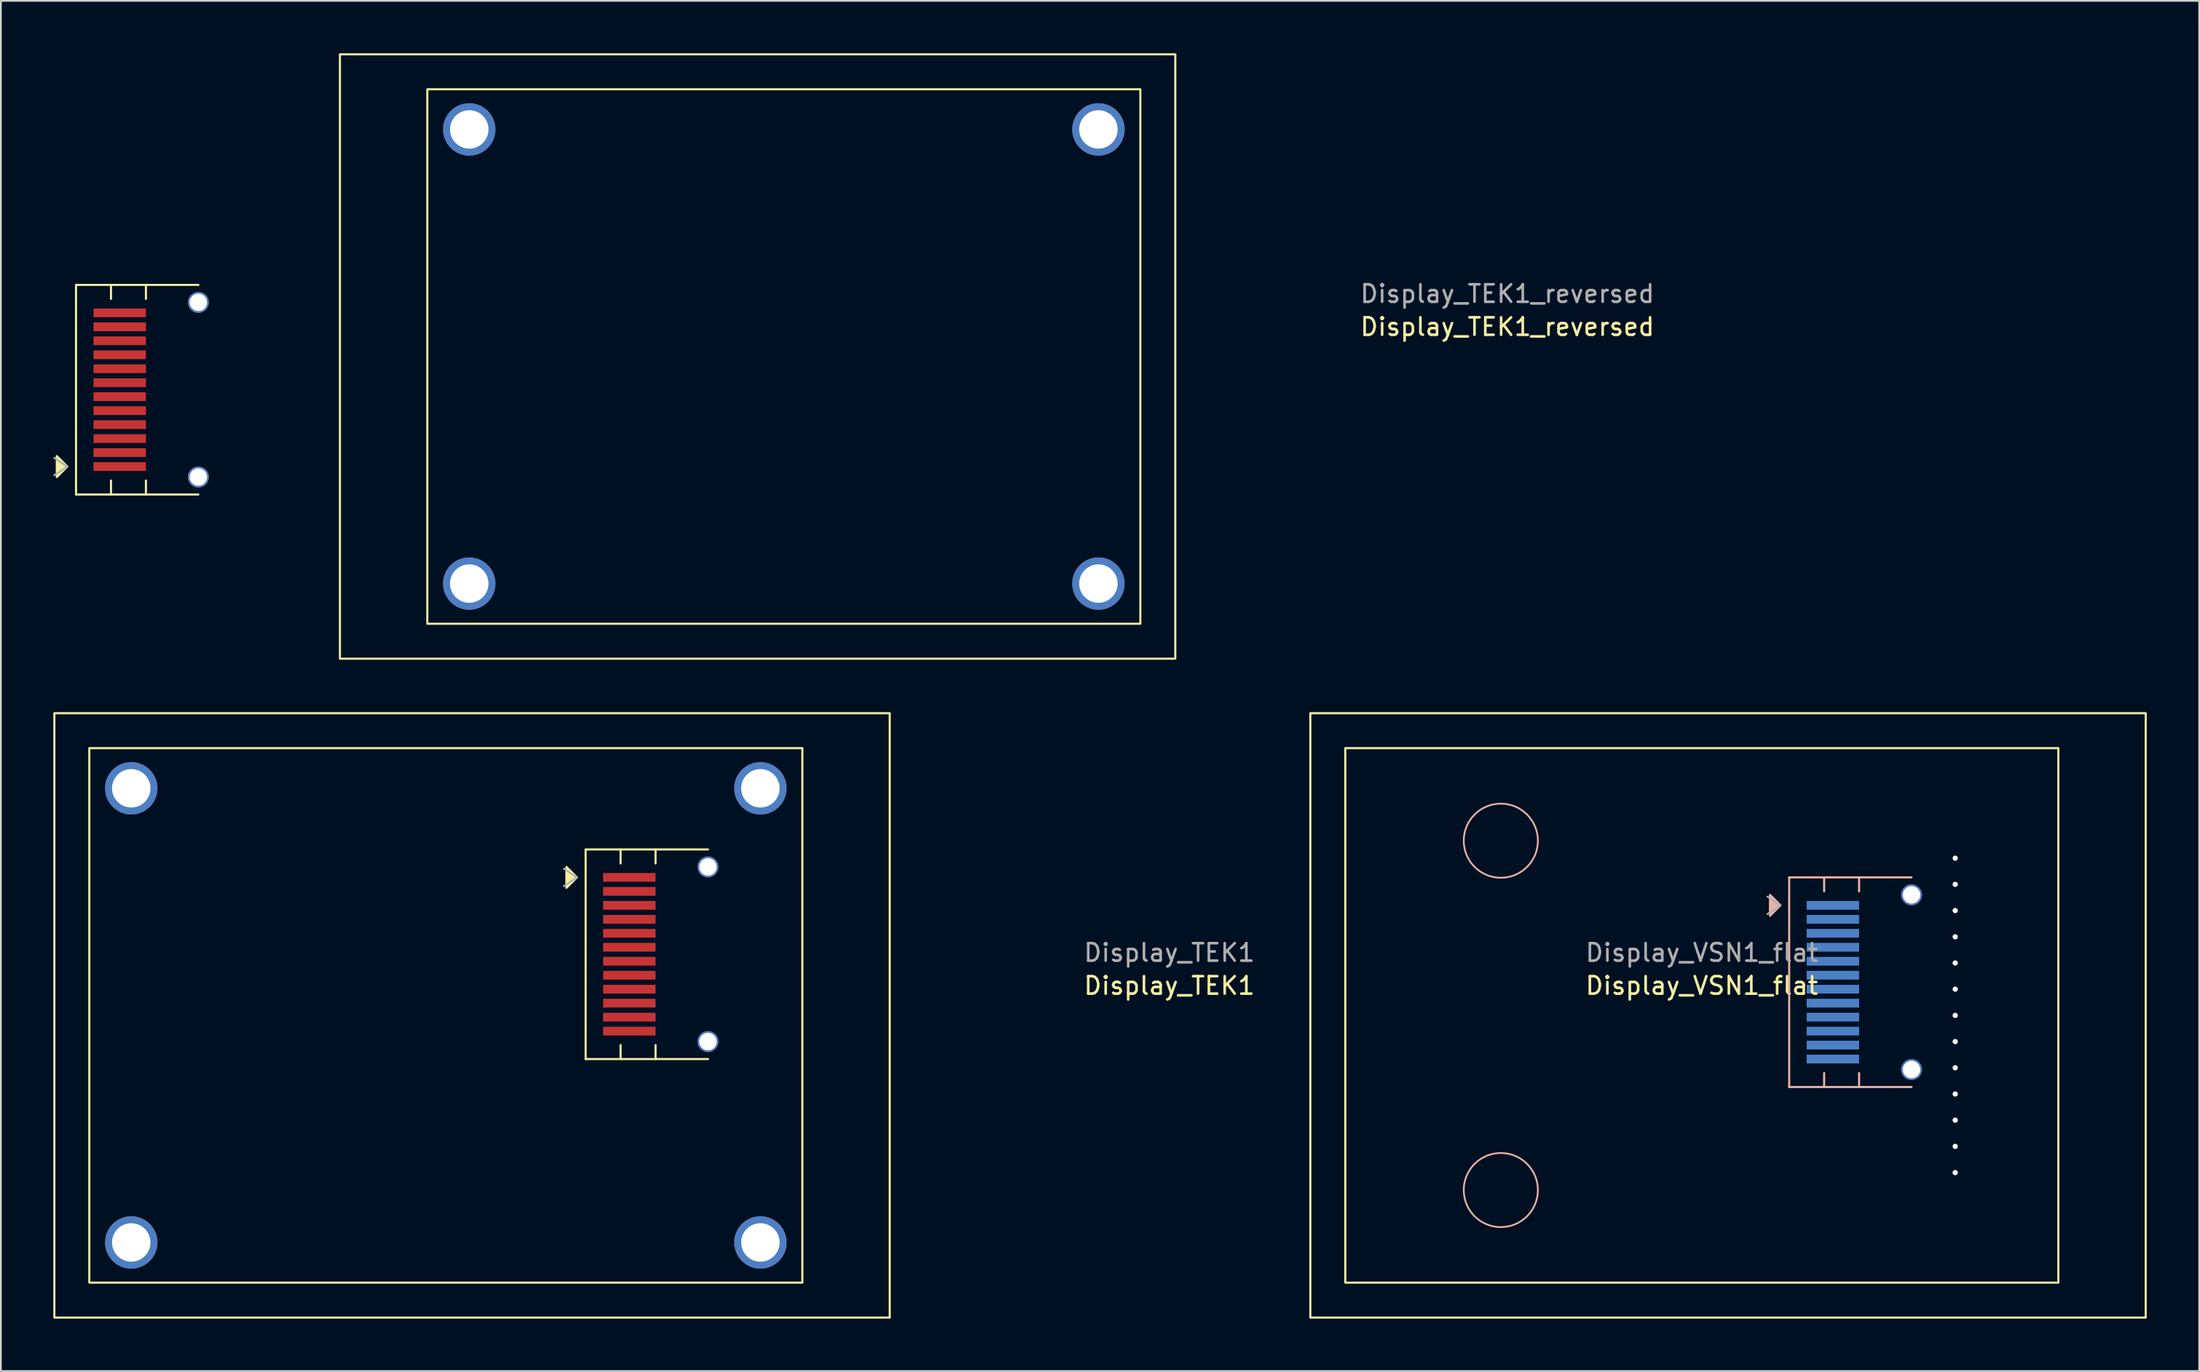
<source format=kicad_pcb>
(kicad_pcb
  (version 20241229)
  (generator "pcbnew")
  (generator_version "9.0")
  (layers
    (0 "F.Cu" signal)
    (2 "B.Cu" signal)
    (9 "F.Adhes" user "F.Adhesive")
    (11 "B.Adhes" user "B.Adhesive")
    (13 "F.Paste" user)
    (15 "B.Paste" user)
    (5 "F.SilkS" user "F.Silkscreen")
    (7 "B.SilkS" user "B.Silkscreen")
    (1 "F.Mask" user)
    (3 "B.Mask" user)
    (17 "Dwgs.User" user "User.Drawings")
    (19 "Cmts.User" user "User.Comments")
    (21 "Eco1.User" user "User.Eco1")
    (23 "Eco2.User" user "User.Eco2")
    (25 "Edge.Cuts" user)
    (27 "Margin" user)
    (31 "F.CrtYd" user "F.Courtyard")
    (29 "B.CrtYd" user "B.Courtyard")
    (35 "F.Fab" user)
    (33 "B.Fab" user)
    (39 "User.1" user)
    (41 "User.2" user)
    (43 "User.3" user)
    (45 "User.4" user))
  (footprint "Display_TEK1"
    (layer "F.Cu")
    (at 22.46 55.08)
    (property "Reference" "Display_TEK1" (at 41.4 -1.7 0) (layer "F.SilkS") (effects (font (size 1 1) (thickness 0.15))))
    (fp_line (start 8 -9.5) (end 15 -9.5) (stroke (width 0.12) (type default)) (layer "F.SilkS"))
    (fp_line (start 8 2.5) (end 8 -9.5) (stroke (width 0.12) (type default)) (layer "F.SilkS"))
    (fp_line (start 10 -9.5) (end 10 -8.7) (stroke (width 0.12) (type default)) (layer "F.SilkS"))
    (fp_line (start 10 2.5) (end 10 1.7) (stroke (width 0.12) (type default)) (layer "F.SilkS"))
    (fp_line (start 12 -9.5) (end 12 -8.7) (stroke (width 0.12) (type default)) (layer "F.SilkS"))
    (fp_line (start 12 2.5) (end 12 1.7) (stroke (width 0.12) (type default)) (layer "F.SilkS"))
    (fp_line (start 15 2.5) (end 8 2.5) (stroke (width 0.12) (type default)) (layer "F.SilkS"))
    (fp_rect (start -22.4 -17.3) (end 25.4 17.3) (stroke (width 0.12) (type default)) (fill no) (layer "F.SilkS"))
    (fp_rect (start -20.4 -15.3) (end 20.4 15.3) (stroke (width 0.12) (type default)) (fill no) (layer "F.SilkS"))
    (fp_poly (pts (xy 7.5 -7.9) (xy 6.9 -8.5) (xy 6.9 -7.3)) (stroke (width 0.12) (type solid)) (fill yes) (layer "F.SilkS"))
    (fp_line (start 6.75 -7.4) (end 7.5 -7.9) (stroke (width 0.1) (type solid)) (layer "F.Fab"))
    (fp_line (start 7.5 -7.9) (end 6.75 -8.4) (stroke (width 0.1) (type solid)) (layer "F.Fab"))
    (fp_text user "${REFERENCE}" (at 41.4 -3.59 0) (layer "F.Fab") (effects (font (size 1 1) (thickness 0.15))))
    (pad "" thru_hole circle (at -18 -13) (size 3 3) (drill 2.2) (layers "*.Cu" "*.Mask"))
    (pad "" thru_hole circle (at -18 13) (size 3 3) (drill 2.2) (layers "*.Cu" "*.Mask"))
    (pad "" thru_hole circle (at 15 -8.5) (size 1.2 1.2) (drill 1) (layers "*.Cu" "*.Mask"))
    (pad "" thru_hole circle (at 15 1.5) (size 1.2 1.2) (drill 1) (layers "*.Cu" "*.Mask"))
    (pad "" thru_hole circle (at 18 -13) (size 3 3) (drill 2.2) (layers "*.Cu" "*.Mask"))
    (pad "" thru_hole circle (at 18 13) (size 3 3) (drill 2.2) (layers "*.Cu" "*.Mask"))
    (pad "1" smd rect (at 10.5 -7.9 270) (size 0.5 3) (layers "F.Cu" "F.Mask" "F.Paste"))
    (pad "2" smd rect (at 10.5 -7.1 270) (size 0.5 3) (layers "F.Cu" "F.Mask" "F.Paste"))
    (pad "3" smd rect (at 10.5 -6.3 270) (size 0.5 3) (layers "F.Cu" "F.Mask" "F.Paste"))
    (pad "4" smd rect (at 10.5 -5.5 270) (size 0.5 3) (layers "F.Cu" "F.Mask" "F.Paste"))
    (pad "5" smd rect (at 10.5 -4.7 270) (size 0.5 3) (layers "F.Cu" "F.Mask" "F.Paste"))
    (pad "6" smd rect (at 10.5 -3.9 270) (size 0.5 3) (layers "F.Cu" "F.Mask" "F.Paste"))
    (pad "7" smd rect (at 10.5 -3.1 270) (size 0.5 3) (layers "F.Cu" "F.Mask" "F.Paste"))
    (pad "8" smd rect (at 10.5 -2.3 270) (size 0.5 3) (layers "F.Cu" "F.Mask" "F.Paste"))
    (pad "9" smd rect (at 10.5 -1.5 270) (size 0.5 3) (layers "F.Cu" "F.Mask" "F.Paste"))
    (pad "10" smd rect (at 10.5 -0.7 270) (size 0.5 3) (layers "F.Cu" "F.Mask" "F.Paste"))
    (pad "11" smd rect (at 10.5 0.1 270) (size 0.5 3) (layers "F.Cu" "F.Mask" "F.Paste"))
    (pad "12" smd rect (at 10.5 0.9 270) (size 0.5 3) (layers "F.Cu" "F.Mask" "F.Paste")))
  (footprint "Display_TEK1_reversed"
    (layer "F.Cu")
    (at 41.8 17.36)
    (property "Reference" "Display_TEK1_reversed" (at 41.4 -1.7 0) (layer "F.SilkS") (effects (font (size 1 1) (thickness 0.15))))
    (fp_line (start -40.5 -4.1) (end -40.5 7.9) (stroke (width 0.12) (type default)) (layer "F.SilkS"))
    (fp_line (start -40.5 7.9) (end -33.5 7.9) (stroke (width 0.12) (type default)) (layer "F.SilkS"))
    (fp_line (start -38.5 -4.1) (end -38.5 -3.3) (stroke (width 0.12) (type default)) (layer "F.SilkS"))
    (fp_line (start -38.5 7.9) (end -38.5 7.1) (stroke (width 0.12) (type default)) (layer "F.SilkS"))
    (fp_line (start -36.5 -4.1) (end -36.5 -3.3) (stroke (width 0.12) (type default)) (layer "F.SilkS"))
    (fp_line (start -36.5 7.9) (end -36.5 7.1) (stroke (width 0.12) (type default)) (layer "F.SilkS"))
    (fp_line (start -33.5 -4.1) (end -40.5 -4.1) (stroke (width 0.12) (type default)) (layer "F.SilkS"))
    (fp_rect (start 20.4 15.3) (end -20.4 -15.3) (stroke (width 0.12) (type default)) (fill no) (layer "F.SilkS"))
    (fp_rect (start 22.4 17.3) (end -25.4 -17.3) (stroke (width 0.12) (type default)) (fill no) (layer "F.SilkS"))
    (fp_poly (pts (xy -41 6.3) (xy -41.6 6.9) (xy -41.6 5.7)) (stroke (width 0.12) (type solid)) (fill yes) (layer "F.SilkS"))
    (fp_line (start -41.75 5.8) (end -41 6.3) (stroke (width 0.1) (type solid)) (layer "F.Fab"))
    (fp_line (start -41 6.3) (end -41.75 6.8) (stroke (width 0.1) (type solid)) (layer "F.Fab"))
    (fp_text user "${REFERENCE}" (at 41.4 -3.59 0) (layer "F.Fab") (effects (font (size 1 1) (thickness 0.15))))
    (pad "" thru_hole circle (at -33.5 -3.1 180) (size 1.2 1.2) (drill 1) (layers "*.Cu" "*.Mask"))
    (pad "" thru_hole circle (at -33.5 6.9 180) (size 1.2 1.2) (drill 1) (layers "*.Cu" "*.Mask"))
    (pad "" thru_hole circle (at -18 -13 180) (size 3 3) (drill 2.2) (layers "*.Cu" "*.Mask"))
    (pad "" thru_hole circle (at -18 13 180) (size 3 3) (drill 2.2) (layers "*.Cu" "*.Mask"))
    (pad "" thru_hole circle (at 18 -13 180) (size 3 3) (drill 2.2) (layers "*.Cu" "*.Mask"))
    (pad "" thru_hole circle (at 18 13 180) (size 3 3) (drill 2.2) (layers "*.Cu" "*.Mask"))
    (pad "1" smd rect (at -38 6.3 270) (size 0.5 3) (layers "F.Cu" "F.Mask" "F.Paste"))
    (pad "2" smd rect (at -38 5.5 270) (size 0.5 3) (layers "F.Cu" "F.Mask" "F.Paste"))
    (pad "3" smd rect (at -38 4.7 270) (size 0.5 3) (layers "F.Cu" "F.Mask" "F.Paste"))
    (pad "4" smd rect (at -38 3.9 270) (size 0.5 3) (layers "F.Cu" "F.Mask" "F.Paste"))
    (pad "5" smd rect (at -38 3.1 270) (size 0.5 3) (layers "F.Cu" "F.Mask" "F.Paste"))
    (pad "6" smd rect (at -38 2.3 270) (size 0.5 3) (layers "F.Cu" "F.Mask" "F.Paste"))
    (pad "7" smd rect (at -38 1.5 270) (size 0.5 3) (layers "F.Cu" "F.Mask" "F.Paste"))
    (pad "8" smd rect (at -38 0.7 270) (size 0.5 3) (layers "F.Cu" "F.Mask" "F.Paste"))
    (pad "9" smd rect (at -38 -0.1 270) (size 0.5 3) (layers "F.Cu" "F.Mask" "F.Paste"))
    (pad "10" smd rect (at -38 -0.9 270) (size 0.5 3) (layers "F.Cu" "F.Mask" "F.Paste"))
    (pad "11" smd rect (at -38 -1.7 270) (size 0.5 3) (layers "F.Cu" "F.Mask" "F.Paste"))
    (pad "12" smd rect (at -38 -2.5 270) (size 0.5 3) (layers "F.Cu" "F.Mask" "F.Paste")))
  (footprint "Display_VSN1_flat"
    (layer "F.Cu")
    (at 94.326 55.08)
    (property "Reference" "Display_VSN1_flat" (at 0 -1.7 0) (layer "F.SilkS") (effects (font (size 1 1) (thickness 0.15))))
    (fp_rect (start -22.4 -17.3) (end 25.4 17.3) (stroke (width 0.12) (type default)) (fill no) (layer "F.SilkS"))
    (fp_rect (start -20.4 -15.3) (end 20.4 15.3) (stroke (width 0.12) (type default)) (fill no) (layer "F.SilkS"))
    (fp_line (start 5 -7.9) (end 5 4.1) (stroke (width 0.12) (type default)) (layer "B.SilkS"))
    (fp_line (start 5 -7.9) (end 12 -7.9) (stroke (width 0.12) (type default)) (layer "B.SilkS"))
    (fp_line (start 7 -7.1) (end 7 -7.9) (stroke (width 0.12) (type default)) (layer "B.SilkS"))
    (fp_line (start 7 3.3) (end 7 4.1) (stroke (width 0.12) (type default)) (layer "B.SilkS"))
    (fp_line (start 9 -7.1) (end 9 -7.9) (stroke (width 0.12) (type default)) (layer "B.SilkS"))
    (fp_line (start 9 3.3) (end 9 4.1) (stroke (width 0.12) (type default)) (layer "B.SilkS"))
    (fp_line (start 12 4.1) (end 5 4.1) (stroke (width 0.12) (type default)) (layer "B.SilkS"))
    (fp_circle (center -11.5 -10) (end -10 -11.5) (stroke (width 0.1) (type default)) (fill no) (layer "B.SilkS"))
    (fp_circle (center -11.5 10) (end -10 8.5) (stroke (width 0.1) (type default)) (fill no) (layer "B.SilkS"))
    (fp_poly (pts (xy 4.5 -6.3) (xy 3.9 -5.7) (xy 3.9 -6.9)) (stroke (width 0.12) (type solid)) (fill yes) (layer "B.SilkS"))
    (fp_line (start 3.75 -5.8) (end 4.5 -6.3) (stroke (width 0.1) (type solid)) (layer "F.Fab"))
    (fp_line (start 4.5 -6.3) (end 3.75 -6.8) (stroke (width 0.1) (type solid)) (layer "F.Fab"))
    (fp_text user "${REFERENCE}" (at 0 -3.59 0) (layer "F.Fab") (effects (font (size 1 1) (thickness 0.15))))
    (pad "" thru_hole circle (at 12 -6.9) (size 1.2 1.2) (drill 1) (layers "*.Cu" "*.Mask"))
    (pad "" thru_hole circle (at 12 3.1) (size 1.2 1.2) (drill 1) (layers "*.Cu" "*.Mask"))
    (pad "" np_thru_hole circle (at 14.5 -9) (size 0.3 0.3) (drill 1) (layers "*.Cu" "*.Mask"))
    (pad "" np_thru_hole circle (at 14.5 -7.5) (size 0.3 0.3) (drill 1) (layers "*.Cu" "*.Mask"))
    (pad "" np_thru_hole circle (at 14.5 -6 180) (size 0.3 0.3) (drill 1) (layers "*.Cu" "*.Mask"))
    (pad "" np_thru_hole circle (at 14.5 -4.5 180) (size 0.3 0.3) (drill 1) (layers "*.Cu" "*.Mask"))
    (pad "" np_thru_hole circle (at 14.5 -3 180) (size 0.3 0.3) (drill 1) (layers "*.Cu" "*.Mask"))
    (pad "" np_thru_hole circle (at 14.5 -1.5 180) (size 0.3 0.3) (drill 1) (layers "*.Cu" "*.Mask"))
    (pad "" np_thru_hole circle (at 14.5 0) (size 0.3 0.3) (drill 1) (layers "*.Cu" "*.Mask"))
    (pad "" np_thru_hole circle (at 14.5 1.5) (size 0.3 0.3) (drill 1) (layers "*.Cu" "*.Mask"))
    (pad "" np_thru_hole circle (at 14.5 3) (size 0.3 0.3) (drill 1) (layers "*.Cu" "*.Mask"))
    (pad "" np_thru_hole circle (at 14.5 4.5) (size 0.3 0.3) (drill 1) (layers "*.Cu" "*.Mask"))
    (pad "" np_thru_hole circle (at 14.5 6) (size 0.3 0.3) (drill 1) (layers "*.Cu" "*.Mask"))
    (pad "" np_thru_hole circle (at 14.5 7.5 180) (size 0.3 0.3) (drill 1) (layers "*.Cu" "*.Mask"))
    (pad "" np_thru_hole circle (at 14.5 9 180) (size 0.3 0.3) (drill 1) (layers "*.Cu" "*.Mask"))
    (pad "1" smd rect (at 7.5 -6.3 90) (size 0.5 3) (layers "B.Cu" "B.Mask" "B.Paste"))
    (pad "2" smd rect (at 7.5 -5.5 90) (size 0.5 3) (layers "B.Cu" "B.Mask" "B.Paste"))
    (pad "3" smd rect (at 7.5 -4.7 90) (size 0.5 3) (layers "B.Cu" "B.Mask" "B.Paste"))
    (pad "4" smd rect (at 7.5 -3.9 90) (size 0.5 3) (layers "B.Cu" "B.Mask" "B.Paste"))
    (pad "5" smd rect (at 7.5 -3.1 90) (size 0.5 3) (layers "B.Cu" "B.Mask" "B.Paste"))
    (pad "6" smd rect (at 7.5 -2.3 90) (size 0.5 3) (layers "B.Cu" "B.Mask" "B.Paste"))
    (pad "7" smd rect (at 7.5 -1.5 90) (size 0.5 3) (layers "B.Cu" "B.Mask" "B.Paste"))
    (pad "8" smd rect (at 7.5 -0.7 90) (size 0.5 3) (layers "B.Cu" "B.Mask" "B.Paste"))
    (pad "9" smd rect (at 7.5 0.1 90) (size 0.5 3) (layers "B.Cu" "B.Mask" "B.Paste"))
    (pad "10" smd rect (at 7.5 0.9 90) (size 0.5 3) (layers "B.Cu" "B.Mask" "B.Paste"))
    (pad "11" smd rect (at 7.5 1.7 90) (size 0.5 3) (layers "B.Cu" "B.Mask" "B.Paste"))
    (pad "12" smd rect (at 7.5 2.5 90) (size 0.5 3) (layers "B.Cu" "B.Mask" "B.Paste")))
  (gr_rect
    (start -3 -3)
    (end 122.786 75.44)
    (stroke (width 0.1) (type default))
    (fill no)
    (layer "Edge.Cuts")))
</source>
